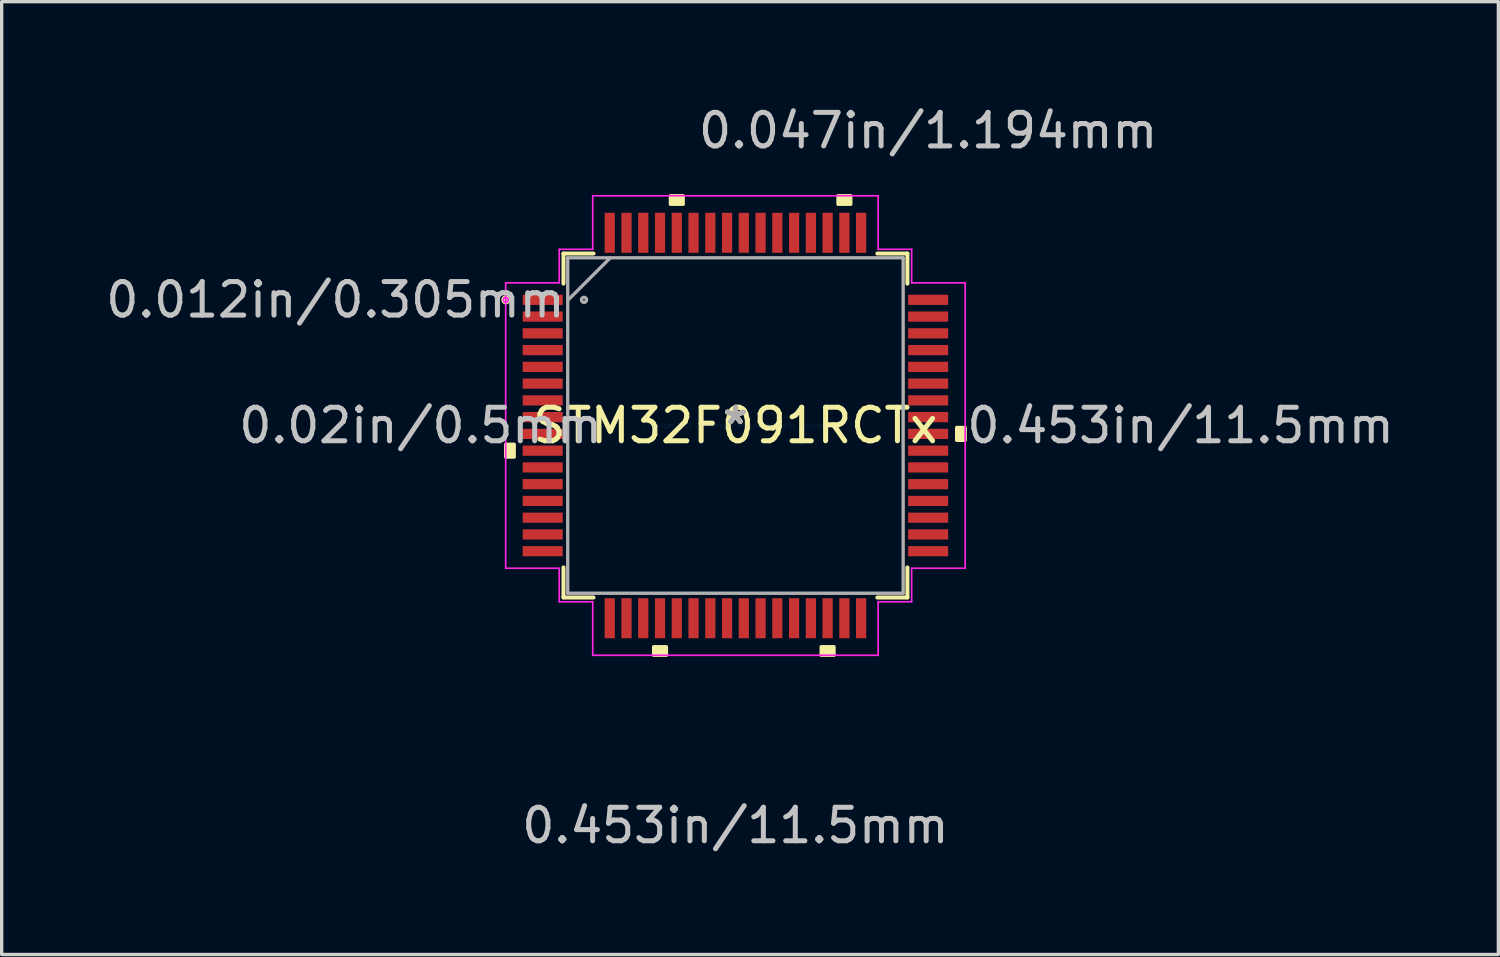
<source format=kicad_pcb>
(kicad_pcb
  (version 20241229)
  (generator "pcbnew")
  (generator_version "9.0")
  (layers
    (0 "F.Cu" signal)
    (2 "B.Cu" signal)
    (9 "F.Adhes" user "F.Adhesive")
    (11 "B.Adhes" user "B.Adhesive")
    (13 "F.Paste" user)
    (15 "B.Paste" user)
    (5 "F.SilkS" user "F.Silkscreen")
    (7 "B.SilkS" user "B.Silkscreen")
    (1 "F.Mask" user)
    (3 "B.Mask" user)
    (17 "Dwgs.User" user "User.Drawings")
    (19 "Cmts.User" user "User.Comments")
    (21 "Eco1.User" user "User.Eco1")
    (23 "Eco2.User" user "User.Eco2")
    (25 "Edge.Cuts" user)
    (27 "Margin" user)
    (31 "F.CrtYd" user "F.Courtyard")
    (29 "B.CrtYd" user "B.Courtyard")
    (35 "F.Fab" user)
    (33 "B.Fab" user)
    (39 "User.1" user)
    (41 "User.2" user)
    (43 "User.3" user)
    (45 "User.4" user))
  (footprint "STM32F091RCTx"
    (layer "F.Cu")
    (at 18.893 9.646)
    (property "Reference" "STM32F091RCTx" (at 0 0 0) (layer "F.SilkS") (effects (font (size 1 1) (thickness 0.15))))
    (attr through_hole)
    (fp_line (start -5.131 -5.131) (end -5.131 -4.234) (stroke (width 0.12) (type solid)) (layer "F.SilkS"))
    (fp_line (start -5.131 4.234) (end -5.131 5.131) (stroke (width 0.12) (type solid)) (layer "F.SilkS"))
    (fp_line (start -5.131 5.131) (end -4.234 5.131) (stroke (width 0.12) (type solid)) (layer "F.SilkS"))
    (fp_line (start -4.234 -5.131) (end -5.131 -5.131) (stroke (width 0.12) (type solid)) (layer "F.SilkS"))
    (fp_line (start 4.234 5.131) (end 5.131 5.131) (stroke (width 0.12) (type solid)) (layer "F.SilkS"))
    (fp_line (start 5.131 -5.131) (end 4.234 -5.131) (stroke (width 0.12) (type solid)) (layer "F.SilkS"))
    (fp_line (start 5.131 -4.234) (end 5.131 -5.131) (stroke (width 0.12) (type solid)) (layer "F.SilkS"))
    (fp_line (start 5.131 5.131) (end 5.131 4.234) (stroke (width 0.12) (type solid)) (layer "F.SilkS"))
    (fp_circle (center -6.851 -3.75) (end -6.775 -3.75) (stroke (width 0.12) (type solid)) (fill no) (layer "F.SilkS"))
    (fp_poly (pts (xy -6.855 0.56) (xy -6.855 0.941) (xy -6.601 0.941) (xy -6.601 0.56)) (stroke (width 0.1) (type solid)) (fill yes) (layer "F.SilkS"))
    (fp_poly (pts (xy -2.441 6.601) (xy -2.441 6.855) (xy -2.06 6.855) (xy -2.06 6.601)) (stroke (width 0.1) (type solid)) (fill yes) (layer "F.SilkS"))
    (fp_poly (pts (xy -1.94 -6.601) (xy -1.94 -6.855) (xy -1.559 -6.855) (xy -1.559 -6.601)) (stroke (width 0.1) (type solid)) (fill yes) (layer "F.SilkS"))
    (fp_poly (pts (xy 2.559 6.601) (xy 2.559 6.855) (xy 2.941 6.855) (xy 2.941 6.601)) (stroke (width 0.1) (type solid)) (fill yes) (layer "F.SilkS"))
    (fp_poly (pts (xy 3.06 -6.601) (xy 3.06 -6.855) (xy 3.441 -6.855) (xy 3.441 -6.601)) (stroke (width 0.1) (type solid)) (fill yes) (layer "F.SilkS"))
    (fp_poly (pts (xy 6.855 0.059) (xy 6.855 0.441) (xy 6.601 0.441) (xy 6.601 0.059)) (stroke (width 0.1) (type solid)) (fill yes) (layer "F.SilkS"))
    (fp_line (start -6.855 -4.258) (end -5.258 -4.258) (stroke (width 0.05) (type solid)) (layer "F.CrtYd"))
    (fp_line (start -6.855 4.258) (end -6.855 -4.258) (stroke (width 0.05) (type solid)) (layer "F.CrtYd"))
    (fp_line (start -5.258 -5.258) (end -4.258 -5.258) (stroke (width 0.05) (type solid)) (layer "F.CrtYd"))
    (fp_line (start -5.258 -4.258) (end -5.258 -5.258) (stroke (width 0.05) (type solid)) (layer "F.CrtYd"))
    (fp_line (start -5.258 4.258) (end -6.855 4.258) (stroke (width 0.05) (type solid)) (layer "F.CrtYd"))
    (fp_line (start -5.258 5.258) (end -5.258 4.258) (stroke (width 0.05) (type solid)) (layer "F.CrtYd"))
    (fp_line (start -4.258 -6.855) (end 4.258 -6.855) (stroke (width 0.05) (type solid)) (layer "F.CrtYd"))
    (fp_line (start -4.258 -5.258) (end -4.258 -6.855) (stroke (width 0.05) (type solid)) (layer "F.CrtYd"))
    (fp_line (start -4.258 5.258) (end -5.258 5.258) (stroke (width 0.05) (type solid)) (layer "F.CrtYd"))
    (fp_line (start -4.258 6.855) (end -4.258 5.258) (stroke (width 0.05) (type solid)) (layer "F.CrtYd"))
    (fp_line (start 4.258 -6.855) (end 4.258 -5.258) (stroke (width 0.05) (type solid)) (layer "F.CrtYd"))
    (fp_line (start 4.258 -5.258) (end 5.258 -5.258) (stroke (width 0.05) (type solid)) (layer "F.CrtYd"))
    (fp_line (start 4.258 5.258) (end 4.258 6.855) (stroke (width 0.05) (type solid)) (layer "F.CrtYd"))
    (fp_line (start 4.258 6.855) (end -4.258 6.855) (stroke (width 0.05) (type solid)) (layer "F.CrtYd"))
    (fp_line (start 5.258 -5.258) (end 5.258 -4.258) (stroke (width 0.05) (type solid)) (layer "F.CrtYd"))
    (fp_line (start 5.258 -4.258) (end 6.855 -4.258) (stroke (width 0.05) (type solid)) (layer "F.CrtYd"))
    (fp_line (start 5.258 4.258) (end 5.258 5.258) (stroke (width 0.05) (type solid)) (layer "F.CrtYd"))
    (fp_line (start 5.258 5.258) (end 4.258 5.258) (stroke (width 0.05) (type solid)) (layer "F.CrtYd"))
    (fp_line (start 6.855 -4.258) (end 6.855 4.258) (stroke (width 0.05) (type solid)) (layer "F.CrtYd"))
    (fp_line (start 6.855 4.258) (end 5.258 4.258) (stroke (width 0.05) (type solid)) (layer "F.CrtYd"))
    (fp_circle (center -6.851 -3.75) (end -6.775 -3.75) (stroke (width 0.05) (type solid)) (fill no) (layer "F.CrtYd"))
    (fp_line (start -5.004 -5.004) (end -5.004 5.004) (stroke (width 0.1) (type solid)) (layer "F.Fab"))
    (fp_line (start -5.004 -3.734) (end -3.734 -5.004) (stroke (width 0.1) (type solid)) (layer "F.Fab"))
    (fp_line (start -5.004 5.004) (end 5.004 5.004) (stroke (width 0.1) (type solid)) (layer "F.Fab"))
    (fp_line (start 5.004 -5.004) (end -5.004 -5.004) (stroke (width 0.1) (type solid)) (layer "F.Fab"))
    (fp_line (start 5.004 5.004) (end 5.004 -5.004) (stroke (width 0.1) (type solid)) (layer "F.Fab"))
    (fp_circle (center -4.518 -3.75) (end -4.442 -3.75) (stroke (width 0.1) (type solid)) (fill no) (layer "F.Fab"))
    (fp_text user "*" (at 0 0 0) (layer "F.SilkS") (effects (font (size 1 1) (thickness 0.15))))
    (fp_text user "0.047in/1.194mm" (at 5.75 -8.798 0) (layer "Dwgs.User") (effects (font (size 1 1) (thickness 0.15))))
    (fp_text user "0.02in/0.5mm" (at -9.395 0 0) (layer "Dwgs.User") (effects (font (size 1 1) (thickness 0.15))))
    (fp_text user "0.453in/11.5mm" (at 13.281 0 0) (layer "Dwgs.User") (effects (font (size 1 1) (thickness 0.15))))
    (fp_text user "0.453in/11.5mm" (at 0 11.935 0) (layer "Dwgs.User") (effects (font (size 1 1) (thickness 0.15))))
    (fp_text user "0.012in/0.305mm" (at -11.935 -3.75 0) (layer "Dwgs.User") (effects (font (size 1 1) (thickness 0.15))))
    (fp_text user "Copyright 2021 Accelerated Designs. All rights reserved." (at 0 0 0) (layer "Cmts.User") (effects (font (size 0.127 0.127) (thickness 0.002))))
    (fp_text user "*" (at 0 0 0) (layer "F.Fab") (effects (font (size 1 1) (thickness 0.15))))
    (pad "1" smd rect (at -5.75 -3.75) (size 1.194 0.305) (layers "F.Cu" "F.Mask" "F.Paste"))
    (pad "2" smd rect (at -5.75 -3.25) (size 1.194 0.305) (layers "F.Cu" "F.Mask" "F.Paste"))
    (pad "3" smd rect (at -5.75 -2.75) (size 1.194 0.305) (layers "F.Cu" "F.Mask" "F.Paste"))
    (pad "4" smd rect (at -5.75 -2.25) (size 1.194 0.305) (layers "F.Cu" "F.Mask" "F.Paste"))
    (pad "5" smd rect (at -5.75 -1.75) (size 1.194 0.305) (layers "F.Cu" "F.Mask" "F.Paste"))
    (pad "6" smd rect (at -5.75 -1.25) (size 1.194 0.305) (layers "F.Cu" "F.Mask" "F.Paste"))
    (pad "7" smd rect (at -5.75 -0.75) (size 1.194 0.305) (layers "F.Cu" "F.Mask" "F.Paste"))
    (pad "8" smd rect (at -5.75 -0.25) (size 1.194 0.305) (layers "F.Cu" "F.Mask" "F.Paste"))
    (pad "9" smd rect (at -5.75 0.25) (size 1.194 0.305) (layers "F.Cu" "F.Mask" "F.Paste"))
    (pad "10" smd rect (at -5.75 0.75) (size 1.194 0.305) (layers "F.Cu" "F.Mask" "F.Paste"))
    (pad "11" smd rect (at -5.75 1.25) (size 1.194 0.305) (layers "F.Cu" "F.Mask" "F.Paste"))
    (pad "12" smd rect (at -5.75 1.75) (size 1.194 0.305) (layers "F.Cu" "F.Mask" "F.Paste"))
    (pad "13" smd rect (at -5.75 2.25) (size 1.194 0.305) (layers "F.Cu" "F.Mask" "F.Paste"))
    (pad "14" smd rect (at -5.75 2.75) (size 1.194 0.305) (layers "F.Cu" "F.Mask" "F.Paste"))
    (pad "15" smd rect (at -5.75 3.25) (size 1.194 0.305) (layers "F.Cu" "F.Mask" "F.Paste"))
    (pad "16" smd rect (at -5.75 3.75) (size 1.194 0.305) (layers "F.Cu" "F.Mask" "F.Paste"))
    (pad "17" smd rect (at -3.75 5.75 90) (size 1.194 0.305) (layers "F.Cu" "F.Mask" "F.Paste"))
    (pad "18" smd rect (at -3.25 5.75 90) (size 1.194 0.305) (layers "F.Cu" "F.Mask" "F.Paste"))
    (pad "19" smd rect (at -2.75 5.75 90) (size 1.194 0.305) (layers "F.Cu" "F.Mask" "F.Paste"))
    (pad "20" smd rect (at -2.25 5.75 90) (size 1.194 0.305) (layers "F.Cu" "F.Mask" "F.Paste"))
    (pad "21" smd rect (at -1.75 5.75 90) (size 1.194 0.305) (layers "F.Cu" "F.Mask" "F.Paste"))
    (pad "22" smd rect (at -1.25 5.75 90) (size 1.194 0.305) (layers "F.Cu" "F.Mask" "F.Paste"))
    (pad "23" smd rect (at -0.75 5.75 90) (size 1.194 0.305) (layers "F.Cu" "F.Mask" "F.Paste"))
    (pad "24" smd rect (at -0.25 5.75 90) (size 1.194 0.305) (layers "F.Cu" "F.Mask" "F.Paste"))
    (pad "25" smd rect (at 0.25 5.75 90) (size 1.194 0.305) (layers "F.Cu" "F.Mask" "F.Paste"))
    (pad "26" smd rect (at 0.75 5.75 90) (size 1.194 0.305) (layers "F.Cu" "F.Mask" "F.Paste"))
    (pad "27" smd rect (at 1.25 5.75 90) (size 1.194 0.305) (layers "F.Cu" "F.Mask" "F.Paste"))
    (pad "28" smd rect (at 1.75 5.75 90) (size 1.194 0.305) (layers "F.Cu" "F.Mask" "F.Paste"))
    (pad "29" smd rect (at 2.25 5.75 90) (size 1.194 0.305) (layers "F.Cu" "F.Mask" "F.Paste"))
    (pad "30" smd rect (at 2.75 5.75 90) (size 1.194 0.305) (layers "F.Cu" "F.Mask" "F.Paste"))
    (pad "31" smd rect (at 3.25 5.75 90) (size 1.194 0.305) (layers "F.Cu" "F.Mask" "F.Paste"))
    (pad "32" smd rect (at 3.75 5.75 90) (size 1.194 0.305) (layers "F.Cu" "F.Mask" "F.Paste"))
    (pad "33" smd rect (at 5.75 3.75) (size 1.194 0.305) (layers "F.Cu" "F.Mask" "F.Paste"))
    (pad "34" smd rect (at 5.75 3.25) (size 1.194 0.305) (layers "F.Cu" "F.Mask" "F.Paste"))
    (pad "35" smd rect (at 5.75 2.75) (size 1.194 0.305) (layers "F.Cu" "F.Mask" "F.Paste"))
    (pad "36" smd rect (at 5.75 2.25) (size 1.194 0.305) (layers "F.Cu" "F.Mask" "F.Paste"))
    (pad "37" smd rect (at 5.75 1.75) (size 1.194 0.305) (layers "F.Cu" "F.Mask" "F.Paste"))
    (pad "38" smd rect (at 5.75 1.25) (size 1.194 0.305) (layers "F.Cu" "F.Mask" "F.Paste"))
    (pad "39" smd rect (at 5.75 0.75) (size 1.194 0.305) (layers "F.Cu" "F.Mask" "F.Paste"))
    (pad "40" smd rect (at 5.75 0.25) (size 1.194 0.305) (layers "F.Cu" "F.Mask" "F.Paste"))
    (pad "41" smd rect (at 5.75 -0.25) (size 1.194 0.305) (layers "F.Cu" "F.Mask" "F.Paste"))
    (pad "42" smd rect (at 5.75 -0.75) (size 1.194 0.305) (layers "F.Cu" "F.Mask" "F.Paste"))
    (pad "43" smd rect (at 5.75 -1.25) (size 1.194 0.305) (layers "F.Cu" "F.Mask" "F.Paste"))
    (pad "44" smd rect (at 5.75 -1.75) (size 1.194 0.305) (layers "F.Cu" "F.Mask" "F.Paste"))
    (pad "45" smd rect (at 5.75 -2.25) (size 1.194 0.305) (layers "F.Cu" "F.Mask" "F.Paste"))
    (pad "46" smd rect (at 5.75 -2.75) (size 1.194 0.305) (layers "F.Cu" "F.Mask" "F.Paste"))
    (pad "47" smd rect (at 5.75 -3.25) (size 1.194 0.305) (layers "F.Cu" "F.Mask" "F.Paste"))
    (pad "48" smd rect (at 5.75 -3.75) (size 1.194 0.305) (layers "F.Cu" "F.Mask" "F.Paste"))
    (pad "49" smd rect (at 3.75 -5.75 90) (size 1.194 0.305) (layers "F.Cu" "F.Mask" "F.Paste"))
    (pad "50" smd rect (at 3.25 -5.75 90) (size 1.194 0.305) (layers "F.Cu" "F.Mask" "F.Paste"))
    (pad "51" smd rect (at 2.75 -5.75 90) (size 1.194 0.305) (layers "F.Cu" "F.Mask" "F.Paste"))
    (pad "52" smd rect (at 2.25 -5.75 90) (size 1.194 0.305) (layers "F.Cu" "F.Mask" "F.Paste"))
    (pad "53" smd rect (at 1.75 -5.75 90) (size 1.194 0.305) (layers "F.Cu" "F.Mask" "F.Paste"))
    (pad "54" smd rect (at 1.25 -5.75 90) (size 1.194 0.305) (layers "F.Cu" "F.Mask" "F.Paste"))
    (pad "55" smd rect (at 0.75 -5.75 90) (size 1.194 0.305) (layers "F.Cu" "F.Mask" "F.Paste"))
    (pad "56" smd rect (at 0.25 -5.75 90) (size 1.194 0.305) (layers "F.Cu" "F.Mask" "F.Paste"))
    (pad "57" smd rect (at -0.25 -5.75 90) (size 1.194 0.305) (layers "F.Cu" "F.Mask" "F.Paste"))
    (pad "58" smd rect (at -0.75 -5.75 90) (size 1.194 0.305) (layers "F.Cu" "F.Mask" "F.Paste"))
    (pad "59" smd rect (at -1.25 -5.75 90) (size 1.194 0.305) (layers "F.Cu" "F.Mask" "F.Paste"))
    (pad "60" smd rect (at -1.75 -5.75 90) (size 1.194 0.305) (layers "F.Cu" "F.Mask" "F.Paste"))
    (pad "61" smd rect (at -2.25 -5.75 90) (size 1.194 0.305) (layers "F.Cu" "F.Mask" "F.Paste"))
    (pad "62" smd rect (at -2.75 -5.75 90) (size 1.194 0.305) (layers "F.Cu" "F.Mask" "F.Paste"))
    (pad "63" smd rect (at -3.25 -5.75 90) (size 1.194 0.305) (layers "F.Cu" "F.Mask" "F.Paste"))
    (pad "64" smd rect (at -3.75 -5.75 90) (size 1.194 0.305) (layers "F.Cu" "F.Mask" "F.Paste")))
  (gr_rect
    (start -3 -3)
    (end 41.656 25.429)
    (stroke (width 0.1) (type default))
    (fill no)
    (layer "Edge.Cuts")))
</source>
